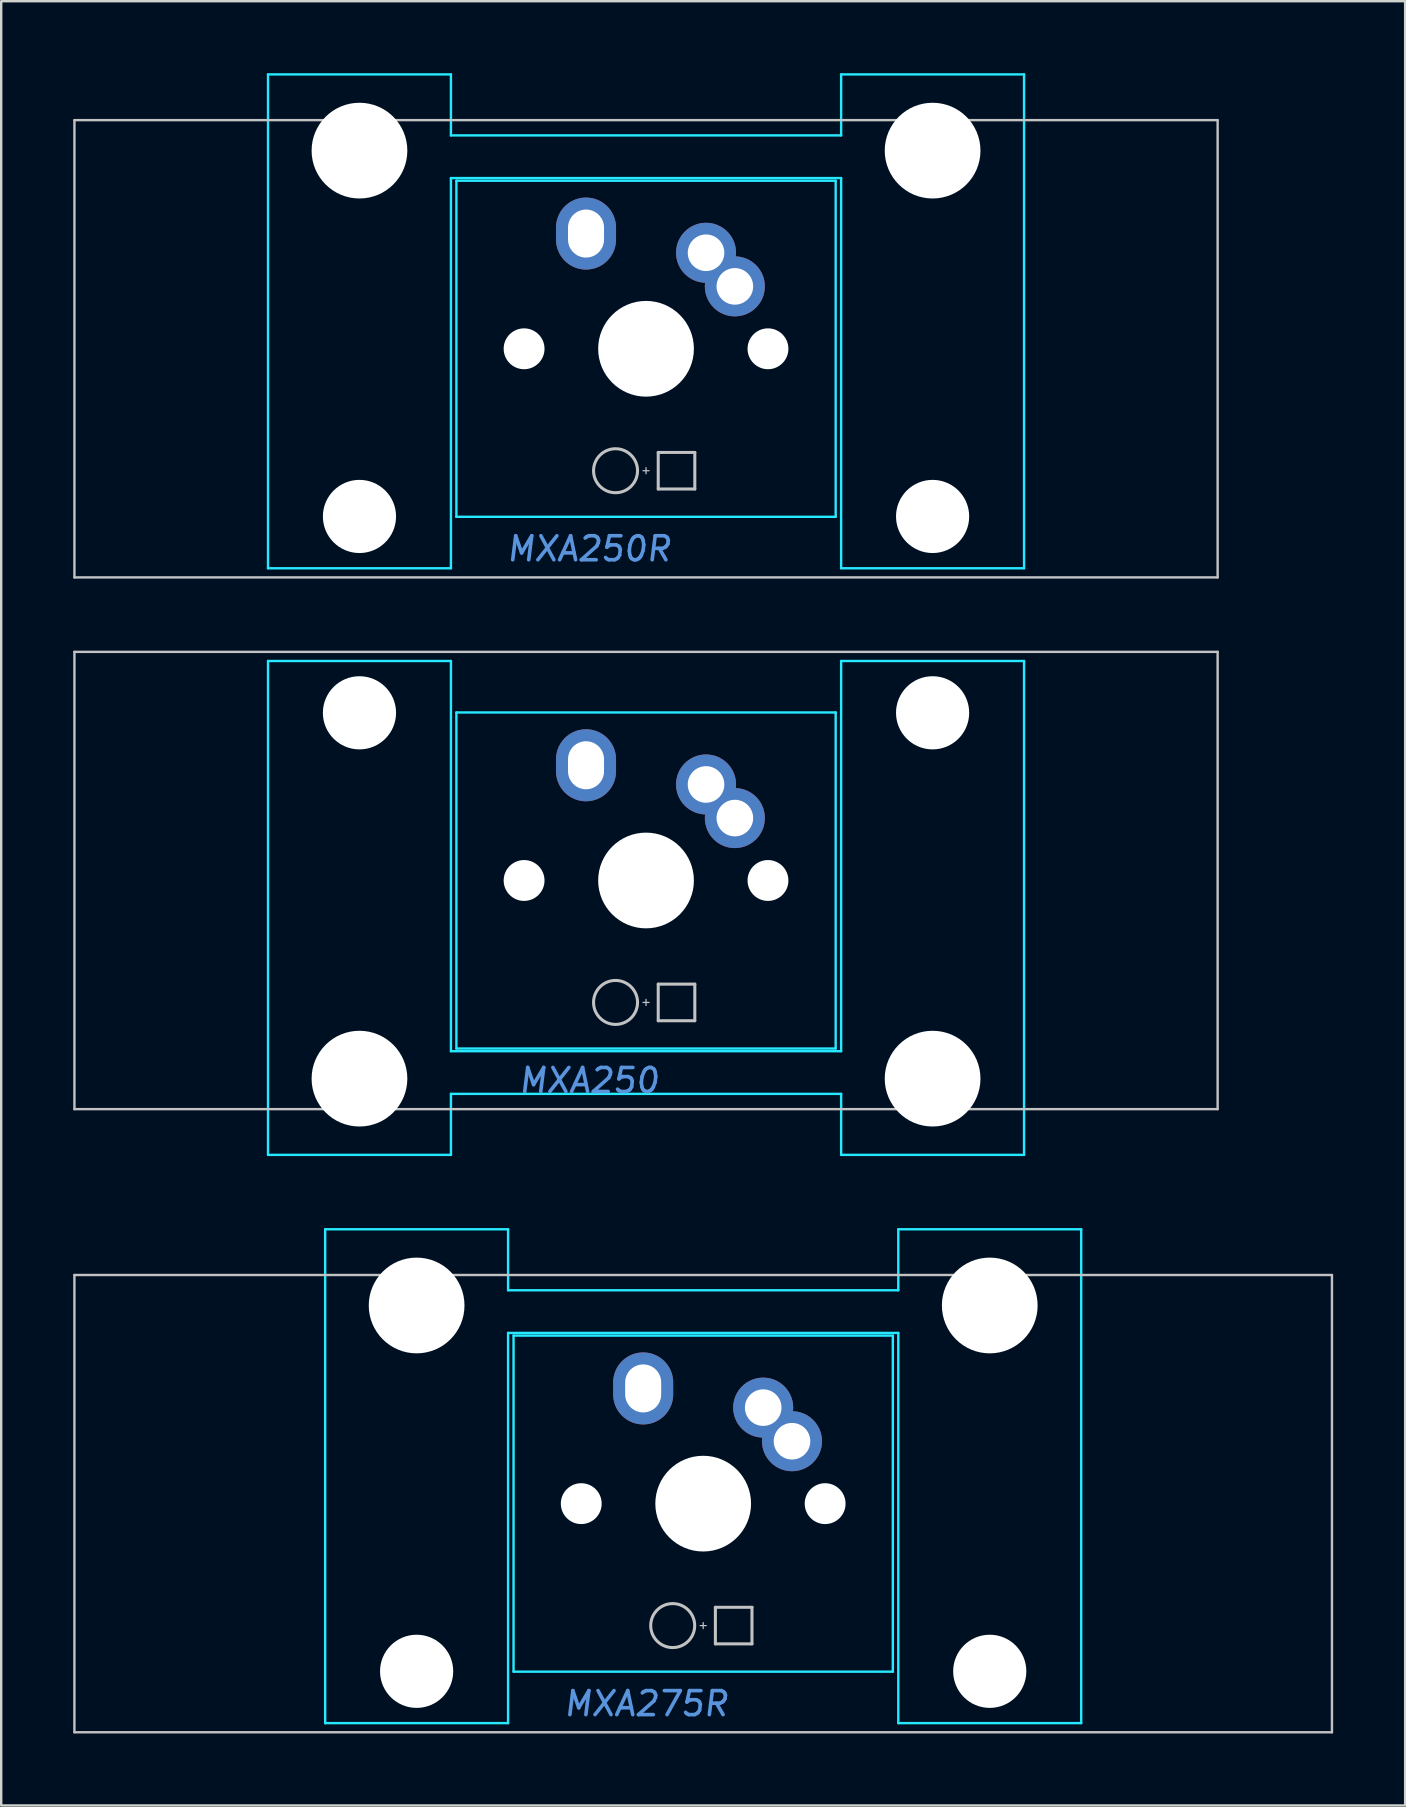
<source format=kicad_pcb>
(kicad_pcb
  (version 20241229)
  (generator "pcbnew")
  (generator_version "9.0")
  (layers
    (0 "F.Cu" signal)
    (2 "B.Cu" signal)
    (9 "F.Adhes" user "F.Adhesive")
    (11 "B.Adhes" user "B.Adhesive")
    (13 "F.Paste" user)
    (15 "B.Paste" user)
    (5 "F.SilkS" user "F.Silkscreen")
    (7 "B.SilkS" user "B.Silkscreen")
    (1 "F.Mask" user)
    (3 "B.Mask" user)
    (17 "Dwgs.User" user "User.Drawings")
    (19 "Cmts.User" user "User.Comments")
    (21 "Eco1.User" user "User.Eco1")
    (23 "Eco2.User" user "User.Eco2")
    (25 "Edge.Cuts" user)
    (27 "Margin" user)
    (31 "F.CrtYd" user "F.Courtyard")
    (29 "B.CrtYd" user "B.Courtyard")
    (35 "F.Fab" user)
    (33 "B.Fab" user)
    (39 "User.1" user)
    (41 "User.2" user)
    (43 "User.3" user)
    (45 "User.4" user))
  (footprint "MXA250"
    (layer "F.Cu")
    (at 23.863 33.63)
    (property "Reference" "MXA250" (at -2.381 8.334 0) (layer "Cmts.User") (effects (font (size 1 1) (thickness 0.15) (italic yes))))
    (attr through_hole)
    (fp_line (start -23.812 -9.525) (end -23.812 9.525) (stroke (width 0.1) (type solid)) (layer "Dwgs.User"))
    (fp_line (start -0.127 5.08) (end 0.127 5.08) (stroke (width 0.051) (type solid)) (layer "Dwgs.User"))
    (fp_line (start 0 4.953) (end 0 5.207) (stroke (width 0.051) (type solid)) (layer "Dwgs.User"))
    (fp_line (start 0.508 4.318) (end 0.508 5.842) (stroke (width 0.127) (type solid)) (layer "Dwgs.User"))
    (fp_line (start 0.508 4.318) (end 2.032 4.318) (stroke (width 0.127) (type solid)) (layer "Dwgs.User"))
    (fp_line (start 0.508 5.842) (end 2.032 5.842) (stroke (width 0.127) (type solid)) (layer "Dwgs.User"))
    (fp_line (start 2.032 5.842) (end 2.032 4.318) (stroke (width 0.127) (type solid)) (layer "Dwgs.User"))
    (fp_line (start 23.812 -9.525) (end -23.812 -9.525) (stroke (width 0.1) (type solid)) (layer "Dwgs.User"))
    (fp_line (start 23.812 -9.525) (end 23.812 9.525) (stroke (width 0.1) (type solid)) (layer "Dwgs.User"))
    (fp_line (start 23.812 9.525) (end -23.812 9.525) (stroke (width 0.1) (type solid)) (layer "Dwgs.User"))
    (fp_circle (center -1.27 5.08) (end -0.354 5.08) (stroke (width 0.127) (type solid)) (fill no) (layer "Dwgs.User"))
    (fp_line (start -15.748 -9.144) (end -8.128 -9.144) (stroke (width 0.1) (type solid)) (layer "B.CrtYd"))
    (fp_line (start -15.748 11.43) (end -15.748 -9.144) (stroke (width 0.1) (type solid)) (layer "B.CrtYd"))
    (fp_line (start -8.128 -9.144) (end -8.128 7.112) (stroke (width 0.1) (type solid)) (layer "B.CrtYd"))
    (fp_line (start -8.128 7.112) (end 8.128 7.112) (stroke (width 0.1) (type solid)) (layer "B.CrtYd"))
    (fp_line (start -8.128 8.89) (end 8.128 8.89) (stroke (width 0.1) (type solid)) (layer "B.CrtYd"))
    (fp_line (start -8.128 11.43) (end -15.748 11.43) (stroke (width 0.1) (type solid)) (layer "B.CrtYd"))
    (fp_line (start -8.128 11.43) (end -8.128 8.89) (stroke (width 0.1) (type solid)) (layer "B.CrtYd"))
    (fp_line (start -7.9 -7) (end -7.9 7) (stroke (width 0.1) (type solid)) (layer "B.CrtYd"))
    (fp_line (start 7.9 -7) (end -7.9 -7) (stroke (width 0.1) (type solid)) (layer "B.CrtYd"))
    (fp_line (start 7.9 -7) (end 7.9 7) (stroke (width 0.1) (type solid)) (layer "B.CrtYd"))
    (fp_line (start 7.9 7) (end -7.9 7) (stroke (width 0.1) (type solid)) (layer "B.CrtYd"))
    (fp_line (start 8.128 -9.144) (end 8.128 7.112) (stroke (width 0.1) (type solid)) (layer "B.CrtYd"))
    (fp_line (start 8.128 -9.144) (end 15.748 -9.144) (stroke (width 0.1) (type solid)) (layer "B.CrtYd"))
    (fp_line (start 8.128 11.43) (end 8.128 8.89) (stroke (width 0.1) (type solid)) (layer "B.CrtYd"))
    (fp_line (start 15.748 -9.144) (end 15.748 11.43) (stroke (width 0.1) (type solid)) (layer "B.CrtYd"))
    (fp_line (start 15.748 11.43) (end 8.128 11.43) (stroke (width 0.1) (type solid)) (layer "B.CrtYd"))
    (pad "" np_thru_hole circle (at -11.938 -6.985 180) (size 3.048 3.048) (drill 3.048) (layers "*.Cu" "*.Mask"))
    (pad "" np_thru_hole circle (at -11.938 8.255 180) (size 3.988 3.988) (drill 3.988) (layers "*.Cu" "*.Mask"))
    (pad "" np_thru_hole circle (at -5.08 0) (size 1.702 1.702) (drill 1.702) (layers "*.Cu" "*.Mask"))
    (pad "" np_thru_hole circle (at 0 0) (size 3.988 3.988) (drill 3.988) (layers "*.Cu" "*.Mask"))
    (pad "" np_thru_hole circle (at 5.08 0) (size 1.702 1.702) (drill 1.702) (layers "*.Cu" "*.Mask"))
    (pad "" np_thru_hole circle (at 11.938 -6.985 180) (size 3.048 3.048) (drill 3.048) (layers "*.Cu" "*.Mask"))
    (pad "" np_thru_hole circle (at 11.938 8.255 180) (size 3.988 3.988) (drill 3.988) (layers "*.Cu" "*.Mask"))
    (pad "1" thru_hole oval (at -2.5 -4.8) (size 2.5 3) (drill oval 1.5 2) (layers "*.Cu" "*.Mask"))
    (pad "2" thru_hole circle (at 2.5 -4) (size 2.5 2.5) (drill 1.524) (layers "*.Cu" "*.Mask"))
    (pad "2" thru_hole circle (at 3.7 -2.6) (size 2.5 2.5) (drill 1.524) (layers "*.Cu" "*.Mask")))
  (footprint "MXA275R"
    (layer "F.Cu")
    (at 26.244 59.59)
    (property "Reference" "MXA275R" (at -2.381 8.334 0) (layer "Cmts.User") (effects (font (size 1 1) (thickness 0.15) (italic yes))))
    (attr through_hole)
    (fp_line (start -26.194 -9.525) (end -26.194 9.525) (stroke (width 0.1) (type solid)) (layer "Dwgs.User"))
    (fp_line (start -0.127 5.08) (end 0.127 5.08) (stroke (width 0.051) (type solid)) (layer "Dwgs.User"))
    (fp_line (start 0 4.953) (end 0 5.207) (stroke (width 0.051) (type solid)) (layer "Dwgs.User"))
    (fp_line (start 0.508 4.318) (end 0.508 5.842) (stroke (width 0.127) (type solid)) (layer "Dwgs.User"))
    (fp_line (start 0.508 4.318) (end 2.032 4.318) (stroke (width 0.127) (type solid)) (layer "Dwgs.User"))
    (fp_line (start 0.508 5.842) (end 2.032 5.842) (stroke (width 0.127) (type solid)) (layer "Dwgs.User"))
    (fp_line (start 2.032 5.842) (end 2.032 4.318) (stroke (width 0.127) (type solid)) (layer "Dwgs.User"))
    (fp_line (start 26.194 -9.525) (end -26.194 -9.525) (stroke (width 0.1) (type solid)) (layer "Dwgs.User"))
    (fp_line (start 26.194 -9.525) (end 26.194 9.525) (stroke (width 0.1) (type solid)) (layer "Dwgs.User"))
    (fp_line (start 26.194 9.525) (end -26.194 9.525) (stroke (width 0.1) (type solid)) (layer "Dwgs.User"))
    (fp_circle (center -1.27 5.08) (end -0.354 5.08) (stroke (width 0.127) (type solid)) (fill no) (layer "Dwgs.User"))
    (fp_line (start -15.748 -11.43) (end -8.128 -11.43) (stroke (width 0.1) (type solid)) (layer "B.CrtYd"))
    (fp_line (start -15.748 9.144) (end -15.748 -11.43) (stroke (width 0.1) (type solid)) (layer "B.CrtYd"))
    (fp_line (start -8.128 -11.43) (end -8.128 -8.89) (stroke (width 0.1) (type solid)) (layer "B.CrtYd"))
    (fp_line (start -8.128 9.144) (end -15.748 9.144) (stroke (width 0.1) (type solid)) (layer "B.CrtYd"))
    (fp_line (start -8.128 9.144) (end -8.128 -7.112) (stroke (width 0.1) (type solid)) (layer "B.CrtYd"))
    (fp_line (start -7.9 -7) (end 7.9 -7) (stroke (width 0.1) (type solid)) (layer "B.CrtYd"))
    (fp_line (start -7.9 7) (end -7.9 -7) (stroke (width 0.1) (type solid)) (layer "B.CrtYd"))
    (fp_line (start -7.9 7) (end 7.9 7) (stroke (width 0.1) (type solid)) (layer "B.CrtYd"))
    (fp_line (start 7.9 7) (end 7.9 -7) (stroke (width 0.1) (type solid)) (layer "B.CrtYd"))
    (fp_line (start 8.128 -11.43) (end 8.128 -8.89) (stroke (width 0.1) (type solid)) (layer "B.CrtYd"))
    (fp_line (start 8.128 -11.43) (end 15.748 -11.43) (stroke (width 0.1) (type solid)) (layer "B.CrtYd"))
    (fp_line (start 8.128 -8.89) (end -8.128 -8.89) (stroke (width 0.1) (type solid)) (layer "B.CrtYd"))
    (fp_line (start 8.128 -7.112) (end -8.128 -7.112) (stroke (width 0.1) (type solid)) (layer "B.CrtYd"))
    (fp_line (start 8.128 9.144) (end 8.128 -7.112) (stroke (width 0.1) (type solid)) (layer "B.CrtYd"))
    (fp_line (start 15.748 -11.43) (end 15.748 9.144) (stroke (width 0.1) (type solid)) (layer "B.CrtYd"))
    (fp_line (start 15.748 9.144) (end 8.128 9.144) (stroke (width 0.1) (type solid)) (layer "B.CrtYd"))
    (pad "" np_thru_hole circle (at -11.938 -8.255) (size 3.988 3.988) (drill 3.988) (layers "*.Cu" "*.Mask"))
    (pad "" np_thru_hole circle (at -11.938 6.985) (size 3.048 3.048) (drill 3.048) (layers "*.Cu" "*.Mask"))
    (pad "" np_thru_hole circle (at -5.08 0) (size 1.702 1.702) (drill 1.702) (layers "*.Cu" "*.Mask"))
    (pad "" np_thru_hole circle (at 0 0) (size 3.988 3.988) (drill 3.988) (layers "*.Cu" "*.Mask"))
    (pad "" np_thru_hole circle (at 5.08 0) (size 1.702 1.702) (drill 1.702) (layers "*.Cu" "*.Mask"))
    (pad "" np_thru_hole circle (at 11.938 -8.255) (size 3.988 3.988) (drill 3.988) (layers "*.Cu" "*.Mask"))
    (pad "" np_thru_hole circle (at 11.938 6.985) (size 3.048 3.048) (drill 3.048) (layers "*.Cu" "*.Mask"))
    (pad "1" thru_hole oval (at -2.5 -4.8) (size 2.5 3) (drill oval 1.5 2) (layers "*.Cu" "*.Mask"))
    (pad "2" thru_hole circle (at 2.5 -4) (size 2.5 2.5) (drill 1.524) (layers "*.Cu" "*.Mask"))
    (pad "2" thru_hole circle (at 3.7 -2.6) (size 2.5 2.5) (drill 1.524) (layers "*.Cu" "*.Mask")))
  (footprint "MXA250R"
    (layer "F.Cu")
    (at 23.863 11.48)
    (property "Reference" "MXA250R" (at -2.381 8.334 0) (layer "Cmts.User") (effects (font (size 1 1) (thickness 0.15) (italic yes))))
    (attr through_hole)
    (fp_line (start -23.812 -9.525) (end -23.812 9.525) (stroke (width 0.1) (type solid)) (layer "Dwgs.User"))
    (fp_line (start -0.127 5.08) (end 0.127 5.08) (stroke (width 0.051) (type solid)) (layer "Dwgs.User"))
    (fp_line (start 0 4.953) (end 0 5.207) (stroke (width 0.051) (type solid)) (layer "Dwgs.User"))
    (fp_line (start 0.508 4.318) (end 0.508 5.842) (stroke (width 0.127) (type solid)) (layer "Dwgs.User"))
    (fp_line (start 0.508 4.318) (end 2.032 4.318) (stroke (width 0.127) (type solid)) (layer "Dwgs.User"))
    (fp_line (start 0.508 5.842) (end 2.032 5.842) (stroke (width 0.127) (type solid)) (layer "Dwgs.User"))
    (fp_line (start 2.032 5.842) (end 2.032 4.318) (stroke (width 0.127) (type solid)) (layer "Dwgs.User"))
    (fp_line (start 23.812 -9.525) (end -23.812 -9.525) (stroke (width 0.1) (type solid)) (layer "Dwgs.User"))
    (fp_line (start 23.812 -9.525) (end 23.812 9.525) (stroke (width 0.1) (type solid)) (layer "Dwgs.User"))
    (fp_line (start 23.812 9.525) (end -23.812 9.525) (stroke (width 0.1) (type solid)) (layer "Dwgs.User"))
    (fp_circle (center -1.27 5.08) (end -0.354 5.08) (stroke (width 0.127) (type solid)) (fill no) (layer "Dwgs.User"))
    (fp_line (start -15.748 -11.43) (end -8.128 -11.43) (stroke (width 0.1) (type solid)) (layer "B.CrtYd"))
    (fp_line (start -15.748 9.144) (end -15.748 -11.43) (stroke (width 0.1) (type solid)) (layer "B.CrtYd"))
    (fp_line (start -8.128 -11.43) (end -8.128 -8.89) (stroke (width 0.1) (type solid)) (layer "B.CrtYd"))
    (fp_line (start -8.128 9.144) (end -15.748 9.144) (stroke (width 0.1) (type solid)) (layer "B.CrtYd"))
    (fp_line (start -8.128 9.144) (end -8.128 -7.112) (stroke (width 0.1) (type solid)) (layer "B.CrtYd"))
    (fp_line (start -7.9 -7) (end 7.9 -7) (stroke (width 0.1) (type solid)) (layer "B.CrtYd"))
    (fp_line (start -7.9 7) (end -7.9 -7) (stroke (width 0.1) (type solid)) (layer "B.CrtYd"))
    (fp_line (start -7.9 7) (end 7.9 7) (stroke (width 0.1) (type solid)) (layer "B.CrtYd"))
    (fp_line (start 7.9 7) (end 7.9 -7) (stroke (width 0.1) (type solid)) (layer "B.CrtYd"))
    (fp_line (start 8.128 -11.43) (end 8.128 -8.89) (stroke (width 0.1) (type solid)) (layer "B.CrtYd"))
    (fp_line (start 8.128 -11.43) (end 15.748 -11.43) (stroke (width 0.1) (type solid)) (layer "B.CrtYd"))
    (fp_line (start 8.128 -8.89) (end -8.128 -8.89) (stroke (width 0.1) (type solid)) (layer "B.CrtYd"))
    (fp_line (start 8.128 -7.112) (end -8.128 -7.112) (stroke (width 0.1) (type solid)) (layer "B.CrtYd"))
    (fp_line (start 8.128 9.144) (end 8.128 -7.112) (stroke (width 0.1) (type solid)) (layer "B.CrtYd"))
    (fp_line (start 15.748 -11.43) (end 15.748 9.144) (stroke (width 0.1) (type solid)) (layer "B.CrtYd"))
    (fp_line (start 15.748 9.144) (end 8.128 9.144) (stroke (width 0.1) (type solid)) (layer "B.CrtYd"))
    (pad "" np_thru_hole circle (at -11.938 -8.255) (size 3.988 3.988) (drill 3.988) (layers "*.Cu" "*.Mask"))
    (pad "" np_thru_hole circle (at -11.938 6.985) (size 3.048 3.048) (drill 3.048) (layers "*.Cu" "*.Mask"))
    (pad "" np_thru_hole circle (at -5.08 0) (size 1.702 1.702) (drill 1.702) (layers "*.Cu" "*.Mask"))
    (pad "" np_thru_hole circle (at 0 0) (size 3.988 3.988) (drill 3.988) (layers "*.Cu" "*.Mask"))
    (pad "" np_thru_hole circle (at 5.08 0) (size 1.702 1.702) (drill 1.702) (layers "*.Cu" "*.Mask"))
    (pad "" np_thru_hole circle (at 11.938 -8.255) (size 3.988 3.988) (drill 3.988) (layers "*.Cu" "*.Mask"))
    (pad "" np_thru_hole circle (at 11.938 6.985) (size 3.048 3.048) (drill 3.048) (layers "*.Cu" "*.Mask"))
    (pad "1" thru_hole oval (at -2.5 -4.8) (size 2.5 3) (drill oval 1.5 2) (layers "*.Cu" "*.Mask"))
    (pad "2" thru_hole circle (at 2.5 -4) (size 2.5 2.5) (drill 1.524) (layers "*.Cu" "*.Mask"))
    (pad "2" thru_hole circle (at 3.7 -2.6) (size 2.5 2.5) (drill 1.524) (layers "*.Cu" "*.Mask")))
  (gr_rect
    (start -3 -3)
    (end 55.487 72.165)
    (stroke (width 0.1) (type default))
    (fill no)
    (layer "Edge.Cuts")))
</source>
